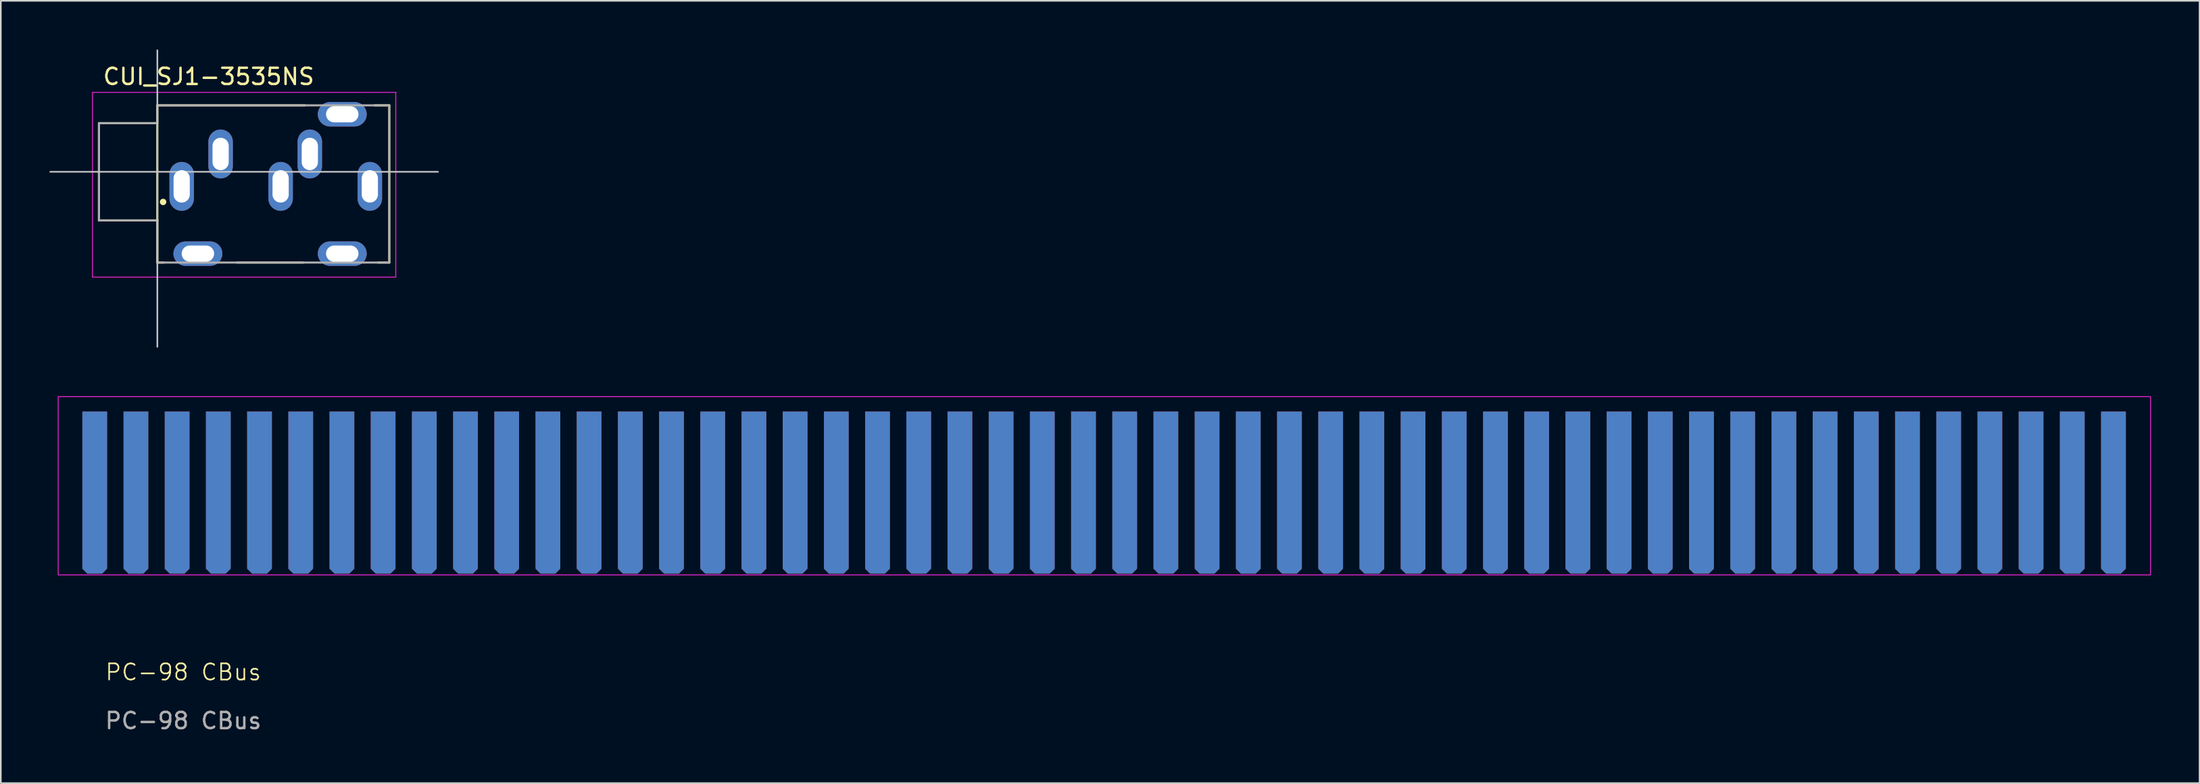
<source format=kicad_pcb>
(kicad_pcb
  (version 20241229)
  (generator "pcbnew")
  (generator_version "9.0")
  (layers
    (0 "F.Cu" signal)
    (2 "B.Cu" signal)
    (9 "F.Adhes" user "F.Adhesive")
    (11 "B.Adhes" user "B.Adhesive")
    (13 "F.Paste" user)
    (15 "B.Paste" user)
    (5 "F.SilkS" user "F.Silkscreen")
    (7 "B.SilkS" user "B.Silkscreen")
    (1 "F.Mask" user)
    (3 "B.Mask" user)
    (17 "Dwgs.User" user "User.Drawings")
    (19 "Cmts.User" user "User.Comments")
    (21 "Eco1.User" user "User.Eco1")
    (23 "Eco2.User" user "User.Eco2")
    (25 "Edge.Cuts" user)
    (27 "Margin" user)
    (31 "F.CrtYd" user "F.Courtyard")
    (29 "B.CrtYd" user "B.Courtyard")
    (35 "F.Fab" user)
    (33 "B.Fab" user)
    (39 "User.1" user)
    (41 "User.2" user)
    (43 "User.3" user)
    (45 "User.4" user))
  (footprint "CUI_SJ1-3535NS"
    (layer "F.Cu")
    (at 8.151 8.451)
    (property "Reference" "CUI_SJ1-3535NS" (at 1.667 -6.775 0) (layer "F.SilkS") (effects (font (size 1 1) (thickness 0.15))))
    (attr through_hole)
    (fp_line (start -5.1 -3.9) (end -5.1 2.1) (stroke (width 0.127) (type solid)) (layer "F.SilkS"))
    (fp_line (start -5.1 2.1) (end -1.5 2.1) (stroke (width 0.127) (type solid)) (layer "F.SilkS"))
    (fp_line (start -1.6 -3.9) (end -5.1 -3.9) (stroke (width 0.127) (type solid)) (layer "F.SilkS"))
    (fp_line (start -1.5 -5) (end 7.6 -5) (stroke (width 0.127) (type solid)) (layer "F.SilkS"))
    (fp_line (start -1.5 2.1) (end -1.5 -5) (stroke (width 0.127) (type solid)) (layer "F.SilkS"))
    (fp_line (start -1.5 4.7) (end -1.5 2.1) (stroke (width 0.127) (type solid)) (layer "F.SilkS"))
    (fp_line (start -1.1 4.7) (end -1.5 4.7) (stroke (width 0.127) (type solid)) (layer "F.SilkS"))
    (fp_line (start 7.5 4.7) (end 3.4 4.7) (stroke (width 0.127) (type solid)) (layer "F.SilkS"))
    (fp_line (start 11.9 -5) (end 12.8 -5) (stroke (width 0.127) (type solid)) (layer "F.SilkS"))
    (fp_line (start 12.8 -5) (end 12.8 4.7) (stroke (width 0.127) (type solid)) (layer "F.SilkS"))
    (fp_line (start 12.8 4.7) (end 12.1 4.7) (stroke (width 0.127) (type solid)) (layer "F.SilkS"))
    (fp_circle (center -1.146 0.961) (end -1.046 0.961) (stroke (width 0.2) (type solid)) (fill no) (layer "F.SilkS"))
    (fp_line (start -8.1 -0.9) (end 15.8 -0.9) (stroke (width 0.102) (type solid)) (layer "Dwgs.User"))
    (fp_line (start -1.5 9.9) (end -1.5 -8.4) (stroke (width 0.102) (type solid)) (layer "Dwgs.User"))
    (fp_line (start -5.5 -5.8) (end 13.2 -5.8) (stroke (width 0.05) (type solid)) (layer "F.CrtYd"))
    (fp_line (start -5.5 5.6) (end -5.5 -5.8) (stroke (width 0.05) (type solid)) (layer "F.CrtYd"))
    (fp_line (start 13.2 -5.8) (end 13.2 5.6) (stroke (width 0.05) (type solid)) (layer "F.CrtYd"))
    (fp_line (start 13.2 5.6) (end -5.5 5.6) (stroke (width 0.05) (type solid)) (layer "F.CrtYd"))
    (fp_line (start -5.1 -3.9) (end -1.5 -3.9) (stroke (width 0.127) (type solid)) (layer "F.Fab"))
    (fp_line (start -5.1 2.1) (end -5.1 -3.9) (stroke (width 0.127) (type solid)) (layer "F.Fab"))
    (fp_line (start -1.5 -5) (end 12.8 -5) (stroke (width 0.127) (type solid)) (layer "F.Fab"))
    (fp_line (start -1.5 -3.9) (end -1.5 -5) (stroke (width 0.127) (type solid)) (layer "F.Fab"))
    (fp_line (start -1.5 2.1) (end -5.1 2.1) (stroke (width 0.127) (type solid)) (layer "F.Fab"))
    (fp_line (start -1.5 4.7) (end -1.5 2.1) (stroke (width 0.127) (type solid)) (layer "F.Fab"))
    (fp_line (start 12.8 -5) (end 12.8 4.7) (stroke (width 0.127) (type solid)) (layer "F.Fab"))
    (fp_line (start 12.8 4.7) (end -1.5 4.7) (stroke (width 0.127) (type solid)) (layer "F.Fab"))
    (pad "1" thru_hole oval (at 0 0) (size 1.508 3.016) (drill oval 1 2) (layers "*.Cu" "*.Mask"))
    (pad "2" thru_hole oval (at 2.4 -2) (size 1.508 3.016) (drill oval 1 2) (layers "*.Cu" "*.Mask"))
    (pad "3" thru_hole oval (at 7.9 -2) (size 1.508 3.016) (drill oval 1 2) (layers "*.Cu" "*.Mask"))
    (pad "4" thru_hole oval (at 11.6 0) (size 1.508 3.016) (drill oval 1 2) (layers "*.Cu" "*.Mask"))
    (pad "5" thru_hole oval (at 6.1 0) (size 1.508 3.016) (drill oval 1 2) (layers "*.Cu" "*.Mask"))
    (pad "S1" thru_hole oval (at 9.9 -4.45) (size 3.016 1.508) (drill oval 2 1) (layers "*.Cu" "*.Mask"))
    (pad "S2" thru_hole oval (at 9.9 4.15) (size 3.016 1.508) (drill oval 2 1) (layers "*.Cu" "*.Mask"))
    (pad "S3" thru_hole oval (at 1 4.15) (size 3.016 1.508) (drill oval 2 1) (layers "*.Cu" "*.Mask")))
  (footprint "PC-98 CBus"
    (layer "F.Cu")
    (at 0.25 32.427)
    (property "Reference" "PC-98 CBus" (at 8 6 0) (unlocked yes) (layer "F.SilkS") (effects (font (size 1 1) (thickness 0.1))))
    (attr smd)
    (fp_rect (start 0.286 -11) (end 129.286 0) (stroke (width 0.05) (type default)) (fill no) (layer "F.CrtYd"))
    (fp_text user "${REFERENCE}" (at 8 9 0) (unlocked yes) (layer "F.Fab") (effects (font (size 1 1) (thickness 0.15))))
    (pad "A1" connect roundrect (at 127 -5.08) (size 1.524 10) (layers "F.Mask" "B.Cu") (roundrect_rratio 0) (chamfer_ratio 0.2) (chamfer bottom_left bottom_right))
    (pad "A2" connect roundrect (at 124.46 -5.08) (size 1.524 10) (layers "F.Mask" "B.Cu") (roundrect_rratio 0) (chamfer_ratio 0.2) (chamfer bottom_left bottom_right))
    (pad "A3" connect roundrect (at 121.92 -5.08) (size 1.524 10) (layers "F.Mask" "B.Cu") (roundrect_rratio 0) (chamfer_ratio 0.2) (chamfer bottom_left bottom_right))
    (pad "A4" connect roundrect (at 119.38 -5.08) (size 1.524 10) (layers "F.Mask" "B.Cu") (roundrect_rratio 0) (chamfer_ratio 0.2) (chamfer bottom_left bottom_right))
    (pad "A5" connect roundrect (at 116.84 -5.08) (size 1.524 10) (layers "F.Mask" "B.Cu") (roundrect_rratio 0) (chamfer_ratio 0.2) (chamfer bottom_left bottom_right))
    (pad "A6" connect roundrect (at 114.3 -5.08) (size 1.524 10) (layers "F.Mask" "B.Cu") (roundrect_rratio 0) (chamfer_ratio 0.2) (chamfer bottom_left bottom_right))
    (pad "A7" connect roundrect (at 111.76 -5.08) (size 1.524 10) (layers "F.Mask" "B.Cu") (roundrect_rratio 0) (chamfer_ratio 0.2) (chamfer bottom_left bottom_right))
    (pad "A8" connect roundrect (at 109.22 -5.08) (size 1.524 10) (layers "F.Mask" "B.Cu") (roundrect_rratio 0) (chamfer_ratio 0.2) (chamfer bottom_left bottom_right))
    (pad "A9" connect roundrect (at 106.68 -5.08) (size 1.524 10) (layers "F.Mask" "B.Cu") (roundrect_rratio 0) (chamfer_ratio 0.2) (chamfer bottom_left bottom_right))
    (pad "A10" connect roundrect (at 104.14 -5.08) (size 1.524 10) (layers "F.Mask" "B.Cu") (roundrect_rratio 0) (chamfer_ratio 0.2) (chamfer bottom_left bottom_right))
    (pad "A11" connect roundrect (at 101.6 -5.08) (size 1.524 10) (layers "F.Mask" "B.Cu") (roundrect_rratio 0) (chamfer_ratio 0.2) (chamfer bottom_left bottom_right))
    (pad "A12" connect roundrect (at 99.06 -5.08) (size 1.524 10) (layers "F.Mask" "B.Cu") (roundrect_rratio 0) (chamfer_ratio 0.2) (chamfer bottom_left bottom_right))
    (pad "A13" connect roundrect (at 96.52 -5.08) (size 1.524 10) (layers "F.Mask" "B.Cu") (roundrect_rratio 0) (chamfer_ratio 0.2) (chamfer bottom_left bottom_right))
    (pad "A14" connect roundrect (at 93.98 -5.08) (size 1.524 10) (layers "F.Mask" "B.Cu") (roundrect_rratio 0) (chamfer_ratio 0.2) (chamfer bottom_left bottom_right))
    (pad "A15" connect roundrect (at 91.44 -5.08) (size 1.524 10) (layers "F.Mask" "B.Cu") (roundrect_rratio 0) (chamfer_ratio 0.2) (chamfer bottom_left bottom_right))
    (pad "A16" connect roundrect (at 88.9 -5.08) (size 1.524 10) (layers "F.Mask" "B.Cu") (roundrect_rratio 0) (chamfer_ratio 0.2) (chamfer bottom_left bottom_right))
    (pad "A17" connect roundrect (at 86.36 -5.08) (size 1.524 10) (layers "F.Mask" "B.Cu") (roundrect_rratio 0) (chamfer_ratio 0.2) (chamfer bottom_left bottom_right))
    (pad "A18" connect roundrect (at 83.82 -5.08) (size 1.524 10) (layers "F.Mask" "B.Cu") (roundrect_rratio 0) (chamfer_ratio 0.2) (chamfer bottom_left bottom_right))
    (pad "A19" connect roundrect (at 81.28 -5.08) (size 1.524 10) (layers "F.Mask" "B.Cu") (roundrect_rratio 0) (chamfer_ratio 0.2) (chamfer bottom_left bottom_right))
    (pad "A20" connect roundrect (at 78.74 -5.08) (size 1.524 10) (layers "F.Mask" "B.Cu") (roundrect_rratio 0) (chamfer_ratio 0.2) (chamfer bottom_left bottom_right))
    (pad "A21" connect roundrect (at 76.2 -5.08) (size 1.524 10) (layers "F.Mask" "B.Cu") (roundrect_rratio 0) (chamfer_ratio 0.2) (chamfer bottom_left bottom_right))
    (pad "A22" connect roundrect (at 73.66 -5.08) (size 1.524 10) (layers "F.Mask" "B.Cu") (roundrect_rratio 0) (chamfer_ratio 0.2) (chamfer bottom_left bottom_right))
    (pad "A23" connect roundrect (at 71.12 -5.08) (size 1.524 10) (layers "F.Mask" "B.Cu") (roundrect_rratio 0) (chamfer_ratio 0.2) (chamfer bottom_left bottom_right))
    (pad "A24" connect roundrect (at 68.58 -5.08) (size 1.524 10) (layers "F.Mask" "B.Cu") (roundrect_rratio 0) (chamfer_ratio 0.2) (chamfer bottom_left bottom_right))
    (pad "A25" connect roundrect (at 66.04 -5.08) (size 1.524 10) (layers "F.Mask" "B.Cu") (roundrect_rratio 0) (chamfer_ratio 0.2) (chamfer bottom_left bottom_right))
    (pad "A26" connect roundrect (at 63.5 -5.08) (size 1.524 10) (layers "F.Mask" "B.Cu") (roundrect_rratio 0) (chamfer_ratio 0.2) (chamfer bottom_left bottom_right))
    (pad "A27" connect roundrect (at 60.96 -5.08) (size 1.524 10) (layers "F.Mask" "B.Cu") (roundrect_rratio 0) (chamfer_ratio 0.2) (chamfer bottom_left bottom_right))
    (pad "A28" connect roundrect (at 58.42 -5.08) (size 1.524 10) (layers "F.Mask" "B.Cu") (roundrect_rratio 0) (chamfer_ratio 0.2) (chamfer bottom_left bottom_right))
    (pad "A29" connect roundrect (at 55.88 -5.08) (size 1.524 10) (layers "F.Mask" "B.Cu") (roundrect_rratio 0) (chamfer_ratio 0.2) (chamfer bottom_left bottom_right))
    (pad "A30" connect roundrect (at 53.34 -5.08) (size 1.524 10) (layers "F.Mask" "B.Cu") (roundrect_rratio 0) (chamfer_ratio 0.2) (chamfer bottom_left bottom_right))
    (pad "A31" connect roundrect (at 50.8 -5.08) (size 1.524 10) (layers "F.Mask" "B.Cu") (roundrect_rratio 0) (chamfer_ratio 0.2) (chamfer bottom_left bottom_right))
    (pad "A32" connect roundrect (at 48.26 -5.08) (size 1.524 10) (layers "F.Mask" "B.Cu") (roundrect_rratio 0) (chamfer_ratio 0.2) (chamfer bottom_left bottom_right))
    (pad "A33" connect roundrect (at 45.72 -5.08) (size 1.524 10) (layers "F.Mask" "B.Cu") (roundrect_rratio 0) (chamfer_ratio 0.2) (chamfer bottom_left bottom_right))
    (pad "A34" connect roundrect (at 43.18 -5.08) (size 1.524 10) (layers "F.Mask" "B.Cu") (roundrect_rratio 0) (chamfer_ratio 0.2) (chamfer bottom_left bottom_right))
    (pad "A35" connect roundrect (at 40.64 -5.08) (size 1.524 10) (layers "F.Mask" "B.Cu") (roundrect_rratio 0) (chamfer_ratio 0.2) (chamfer bottom_left bottom_right))
    (pad "A36" connect roundrect (at 38.1 -5.08) (size 1.524 10) (layers "F.Mask" "B.Cu") (roundrect_rratio 0) (chamfer_ratio 0.2) (chamfer bottom_left bottom_right))
    (pad "A37" connect roundrect (at 35.56 -5.08) (size 1.524 10) (layers "F.Mask" "B.Cu") (roundrect_rratio 0) (chamfer_ratio 0.2) (chamfer bottom_left bottom_right))
    (pad "A38" connect roundrect (at 33.02 -5.08) (size 1.524 10) (layers "F.Mask" "B.Cu") (roundrect_rratio 0) (chamfer_ratio 0.2) (chamfer bottom_left bottom_right))
    (pad "A39" connect roundrect (at 30.48 -5.08) (size 1.524 10) (layers "F.Mask" "B.Cu") (roundrect_rratio 0) (chamfer_ratio 0.2) (chamfer bottom_left bottom_right))
    (pad "A40" connect roundrect (at 27.94 -5.08) (size 1.524 10) (layers "F.Mask" "B.Cu") (roundrect_rratio 0) (chamfer_ratio 0.2) (chamfer bottom_left bottom_right))
    (pad "A41" connect roundrect (at 25.4 -5.08) (size 1.524 10) (layers "F.Mask" "B.Cu") (roundrect_rratio 0) (chamfer_ratio 0.2) (chamfer bottom_left bottom_right))
    (pad "A42" connect roundrect (at 22.86 -5.08) (size 1.524 10) (layers "F.Mask" "B.Cu") (roundrect_rratio 0) (chamfer_ratio 0.2) (chamfer bottom_left bottom_right))
    (pad "A43" connect roundrect (at 20.32 -5.08) (size 1.524 10) (layers "F.Mask" "B.Cu") (roundrect_rratio 0) (chamfer_ratio 0.2) (chamfer bottom_left bottom_right))
    (pad "A44" connect roundrect (at 17.78 -5.08) (size 1.524 10) (layers "F.Mask" "B.Cu") (roundrect_rratio 0) (chamfer_ratio 0.2) (chamfer bottom_left bottom_right))
    (pad "A45" connect roundrect (at 15.24 -5.08) (size 1.524 10) (layers "F.Mask" "B.Cu") (roundrect_rratio 0) (chamfer_ratio 0.2) (chamfer bottom_left bottom_right))
    (pad "A46" connect roundrect (at 12.7 -5.08) (size 1.524 10) (layers "F.Mask" "B.Cu") (roundrect_rratio 0) (chamfer_ratio 0.2) (chamfer bottom_left bottom_right))
    (pad "A47" connect roundrect (at 10.16 -5.08) (size 1.524 10) (layers "F.Mask" "B.Cu") (roundrect_rratio 0) (chamfer_ratio 0.2) (chamfer bottom_left bottom_right))
    (pad "A48" connect roundrect (at 7.62 -5.08) (size 1.524 10) (layers "F.Mask" "B.Cu") (roundrect_rratio 0) (chamfer_ratio 0.2) (chamfer bottom_left bottom_right))
    (pad "A49" connect roundrect (at 5.08 -5.08) (size 1.524 10) (layers "F.Mask" "B.Cu") (roundrect_rratio 0) (chamfer_ratio 0.2) (chamfer bottom_left bottom_right))
    (pad "A50" connect roundrect (at 2.54 -5.08) (size 1.524 10) (layers "F.Mask" "B.Cu") (roundrect_rratio 0) (chamfer_ratio 0.2) (chamfer bottom_left bottom_right))
    (pad "B1" connect roundrect (at 127 -5.08) (size 1.524 10) (layers "F.Cu" "F.Mask") (roundrect_rratio 0) (chamfer_ratio 0.2) (chamfer bottom_left bottom_right))
    (pad "B2" connect roundrect (at 124.46 -5.08) (size 1.524 10) (layers "F.Cu" "F.Mask") (roundrect_rratio 0) (chamfer_ratio 0.2) (chamfer bottom_left bottom_right))
    (pad "B3" connect roundrect (at 121.92 -5.08) (size 1.524 10) (layers "F.Cu" "F.Mask") (roundrect_rratio 0) (chamfer_ratio 0.2) (chamfer bottom_left bottom_right))
    (pad "B4" connect roundrect (at 119.38 -5.08) (size 1.524 10) (layers "F.Cu" "F.Mask") (roundrect_rratio 0) (chamfer_ratio 0.2) (chamfer bottom_left bottom_right))
    (pad "B5" connect roundrect (at 116.84 -5.08) (size 1.524 10) (layers "F.Cu" "F.Mask") (roundrect_rratio 0) (chamfer_ratio 0.2) (chamfer bottom_left bottom_right))
    (pad "B6" connect roundrect (at 114.3 -5.08) (size 1.524 10) (layers "F.Cu" "F.Mask") (roundrect_rratio 0) (chamfer_ratio 0.2) (chamfer bottom_left bottom_right))
    (pad "B7" connect roundrect (at 111.76 -5.08) (size 1.524 10) (layers "F.Cu" "F.Mask") (roundrect_rratio 0) (chamfer_ratio 0.2) (chamfer bottom_left bottom_right))
    (pad "B8" connect roundrect (at 109.22 -5.08) (size 1.524 10) (layers "F.Cu" "F.Mask") (roundrect_rratio 0) (chamfer_ratio 0.2) (chamfer bottom_left bottom_right))
    (pad "B9" connect roundrect (at 106.68 -5.08) (size 1.524 10) (layers "F.Cu" "F.Mask") (roundrect_rratio 0) (chamfer_ratio 0.2) (chamfer bottom_left bottom_right))
    (pad "B10" connect roundrect (at 104.14 -5.08) (size 1.524 10) (layers "F.Cu" "F.Mask") (roundrect_rratio 0) (chamfer_ratio 0.2) (chamfer bottom_left bottom_right))
    (pad "B11" connect roundrect (at 101.6 -5.08) (size 1.524 10) (layers "F.Cu" "F.Mask") (roundrect_rratio 0) (chamfer_ratio 0.2) (chamfer bottom_left bottom_right))
    (pad "B12" connect roundrect (at 99.06 -5.08) (size 1.524 10) (layers "F.Cu" "F.Mask") (roundrect_rratio 0) (chamfer_ratio 0.2) (chamfer bottom_left bottom_right))
    (pad "B13" connect roundrect (at 96.52 -5.08) (size 1.524 10) (layers "F.Cu" "F.Mask") (roundrect_rratio 0) (chamfer_ratio 0.2) (chamfer bottom_left bottom_right))
    (pad "B14" connect roundrect (at 93.98 -5.08) (size 1.524 10) (layers "F.Cu" "F.Mask") (roundrect_rratio 0) (chamfer_ratio 0.2) (chamfer bottom_left bottom_right))
    (pad "B15" connect roundrect (at 91.44 -5.08) (size 1.524 10) (layers "F.Cu" "F.Mask") (roundrect_rratio 0) (chamfer_ratio 0.2) (chamfer bottom_left bottom_right))
    (pad "B16" connect roundrect (at 88.9 -5.08) (size 1.524 10) (layers "F.Cu" "F.Mask") (roundrect_rratio 0) (chamfer_ratio 0.2) (chamfer bottom_left bottom_right))
    (pad "B17" connect roundrect (at 86.36 -5.08) (size 1.524 10) (layers "F.Cu" "F.Mask") (roundrect_rratio 0) (chamfer_ratio 0.2) (chamfer bottom_left bottom_right))
    (pad "B18" connect roundrect (at 83.82 -5.08) (size 1.524 10) (layers "F.Cu" "F.Mask") (roundrect_rratio 0) (chamfer_ratio 0.2) (chamfer bottom_left bottom_right))
    (pad "B19" connect roundrect (at 81.28 -5.08) (size 1.524 10) (layers "F.Cu" "F.Mask") (roundrect_rratio 0) (chamfer_ratio 0.2) (chamfer bottom_left bottom_right))
    (pad "B20" connect roundrect (at 78.74 -5.08) (size 1.524 10) (layers "F.Cu" "F.Mask") (roundrect_rratio 0) (chamfer_ratio 0.2) (chamfer bottom_left bottom_right))
    (pad "B21" connect roundrect (at 76.2 -5.08) (size 1.524 10) (layers "F.Cu" "F.Mask") (roundrect_rratio 0) (chamfer_ratio 0.2) (chamfer bottom_left bottom_right))
    (pad "B22" connect roundrect (at 73.66 -5.08) (size 1.524 10) (layers "F.Cu" "F.Mask") (roundrect_rratio 0) (chamfer_ratio 0.2) (chamfer bottom_left bottom_right))
    (pad "B23" connect roundrect (at 71.12 -5.08) (size 1.524 10) (layers "F.Cu" "F.Mask") (roundrect_rratio 0) (chamfer_ratio 0.2) (chamfer bottom_left bottom_right))
    (pad "B24" connect roundrect (at 68.58 -5.08) (size 1.524 10) (layers "F.Cu" "F.Mask") (roundrect_rratio 0) (chamfer_ratio 0.2) (chamfer bottom_left bottom_right))
    (pad "B25" connect roundrect (at 66.04 -5.08) (size 1.524 10) (layers "F.Cu" "F.Mask") (roundrect_rratio 0) (chamfer_ratio 0.2) (chamfer bottom_left bottom_right))
    (pad "B26" connect roundrect (at 63.5 -5.08) (size 1.524 10) (layers "F.Cu" "F.Mask") (roundrect_rratio 0) (chamfer_ratio 0.2) (chamfer bottom_left bottom_right))
    (pad "B27" connect roundrect (at 60.96 -5.08) (size 1.524 10) (layers "F.Cu" "F.Mask") (roundrect_rratio 0) (chamfer_ratio 0.2) (chamfer bottom_left bottom_right))
    (pad "B28" connect roundrect (at 58.42 -5.08) (size 1.524 10) (layers "F.Cu" "F.Mask") (roundrect_rratio 0) (chamfer_ratio 0.2) (chamfer bottom_left bottom_right))
    (pad "B29" connect roundrect (at 55.88 -5.08) (size 1.524 10) (layers "F.Cu" "F.Mask") (roundrect_rratio 0) (chamfer_ratio 0.2) (chamfer bottom_left bottom_right))
    (pad "B30" connect roundrect (at 53.34 -5.08) (size 1.524 10) (layers "F.Cu" "F.Mask") (roundrect_rratio 0) (chamfer_ratio 0.2) (chamfer bottom_left bottom_right))
    (pad "B31" connect roundrect (at 50.8 -5.08) (size 1.524 10) (layers "F.Cu" "F.Mask") (roundrect_rratio 0) (chamfer_ratio 0.2) (chamfer bottom_left bottom_right))
    (pad "B32" connect roundrect (at 48.26 -5.08) (size 1.524 10) (layers "F.Cu" "F.Mask") (roundrect_rratio 0) (chamfer_ratio 0.2) (chamfer bottom_left bottom_right))
    (pad "B33" connect roundrect (at 45.72 -5.08) (size 1.524 10) (layers "F.Cu" "F.Mask") (roundrect_rratio 0) (chamfer_ratio 0.2) (chamfer bottom_left bottom_right))
    (pad "B34" connect roundrect (at 43.18 -5.08) (size 1.524 10) (layers "F.Cu" "F.Mask") (roundrect_rratio 0) (chamfer_ratio 0.2) (chamfer bottom_left bottom_right))
    (pad "B35" connect roundrect (at 40.64 -5.08) (size 1.524 10) (layers "F.Cu" "F.Mask") (roundrect_rratio 0) (chamfer_ratio 0.2) (chamfer bottom_left bottom_right))
    (pad "B36" connect roundrect (at 38.1 -5.08) (size 1.524 10) (layers "F.Cu" "F.Mask") (roundrect_rratio 0) (chamfer_ratio 0.2) (chamfer bottom_left bottom_right))
    (pad "B37" connect roundrect (at 35.56 -5.08) (size 1.524 10) (layers "F.Cu" "F.Mask") (roundrect_rratio 0) (chamfer_ratio 0.2) (chamfer bottom_left bottom_right))
    (pad "B38" connect roundrect (at 33.02 -5.08) (size 1.524 10) (layers "F.Cu" "F.Mask") (roundrect_rratio 0) (chamfer_ratio 0.2) (chamfer bottom_left bottom_right))
    (pad "B39" connect roundrect (at 30.48 -5.08) (size 1.524 10) (layers "F.Cu" "F.Mask") (roundrect_rratio 0) (chamfer_ratio 0.2) (chamfer bottom_left bottom_right))
    (pad "B40" connect roundrect (at 27.94 -5.08) (size 1.524 10) (layers "F.Cu" "F.Mask") (roundrect_rratio 0) (chamfer_ratio 0.2) (chamfer bottom_left bottom_right))
    (pad "B41" connect roundrect (at 25.4 -5.08) (size 1.524 10) (layers "F.Cu" "F.Mask") (roundrect_rratio 0) (chamfer_ratio 0.2) (chamfer bottom_left bottom_right))
    (pad "B42" connect roundrect (at 22.86 -5.08) (size 1.524 10) (layers "F.Cu" "F.Mask") (roundrect_rratio 0) (chamfer_ratio 0.2) (chamfer bottom_left bottom_right))
    (pad "B43" connect roundrect (at 20.32 -5.08) (size 1.524 10) (layers "F.Cu" "F.Mask") (roundrect_rratio 0) (chamfer_ratio 0.2) (chamfer bottom_left bottom_right))
    (pad "B44" connect roundrect (at 17.78 -5.08) (size 1.524 10) (layers "F.Cu" "F.Mask") (roundrect_rratio 0) (chamfer_ratio 0.2) (chamfer bottom_left bottom_right))
    (pad "B45" connect roundrect (at 15.24 -5.08) (size 1.524 10) (layers "F.Cu" "F.Mask") (roundrect_rratio 0) (chamfer_ratio 0.2) (chamfer bottom_left bottom_right))
    (pad "B46" connect roundrect (at 12.7 -5.08) (size 1.524 10) (layers "F.Cu" "F.Mask") (roundrect_rratio 0) (chamfer_ratio 0.2) (chamfer bottom_left bottom_right))
    (pad "B47" connect roundrect (at 10.16 -5.08) (size 1.524 10) (layers "F.Cu" "F.Mask") (roundrect_rratio 0) (chamfer_ratio 0.2) (chamfer bottom_left bottom_right))
    (pad "B48" connect roundrect (at 7.62 -5.08) (size 1.524 10) (layers "F.Cu" "F.Mask") (roundrect_rratio 0) (chamfer_ratio 0.2) (chamfer bottom_left bottom_right))
    (pad "B49" connect roundrect (at 5.08 -5.08) (size 1.524 10) (layers "F.Cu" "F.Mask") (roundrect_rratio 0) (chamfer_ratio 0.2) (chamfer bottom_left bottom_right))
    (pad "B50" connect roundrect (at 2.54 -5.08) (size 1.524 10) (layers "F.Cu" "F.Mask") (roundrect_rratio 0) (chamfer_ratio 0.2) (chamfer bottom_left bottom_right)))
  (gr_rect
    (start -3 -3)
    (end 132.561 45.275)
    (stroke (width 0.1) (type default))
    (fill no)
    (layer "Edge.Cuts")))
</source>
